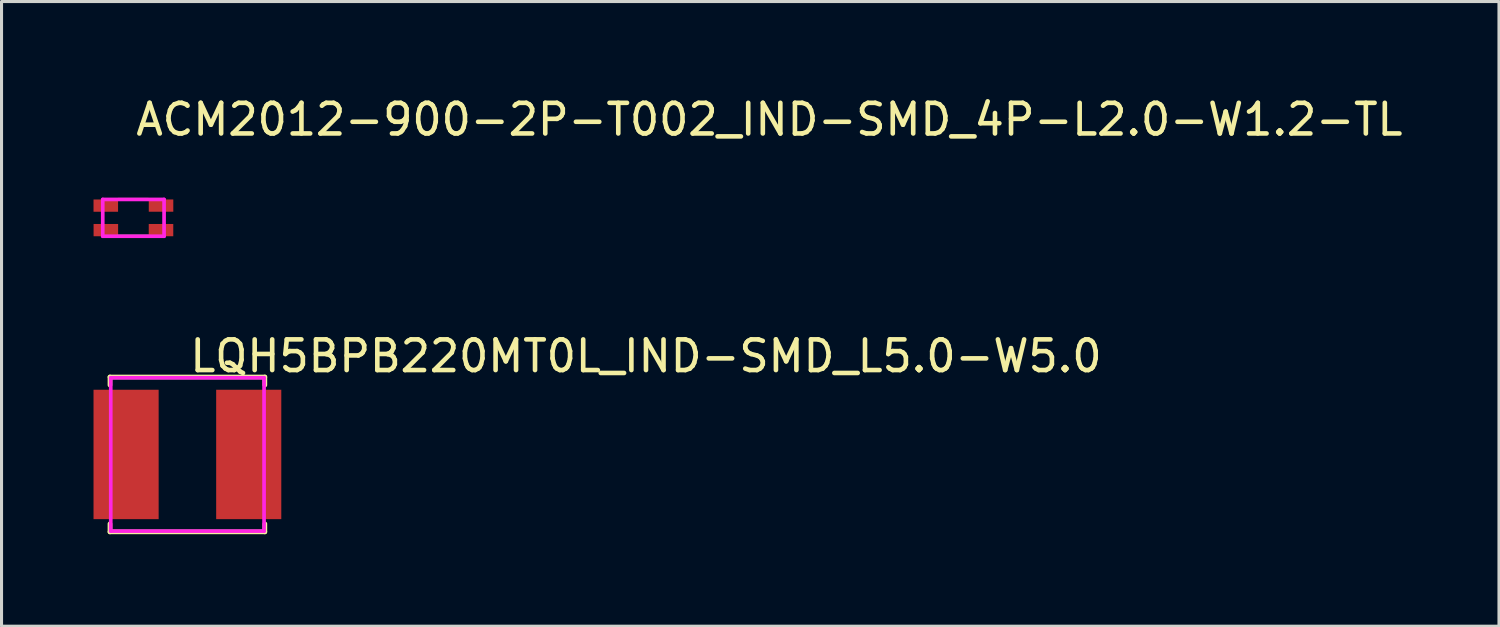
<source format=kicad_pcb>
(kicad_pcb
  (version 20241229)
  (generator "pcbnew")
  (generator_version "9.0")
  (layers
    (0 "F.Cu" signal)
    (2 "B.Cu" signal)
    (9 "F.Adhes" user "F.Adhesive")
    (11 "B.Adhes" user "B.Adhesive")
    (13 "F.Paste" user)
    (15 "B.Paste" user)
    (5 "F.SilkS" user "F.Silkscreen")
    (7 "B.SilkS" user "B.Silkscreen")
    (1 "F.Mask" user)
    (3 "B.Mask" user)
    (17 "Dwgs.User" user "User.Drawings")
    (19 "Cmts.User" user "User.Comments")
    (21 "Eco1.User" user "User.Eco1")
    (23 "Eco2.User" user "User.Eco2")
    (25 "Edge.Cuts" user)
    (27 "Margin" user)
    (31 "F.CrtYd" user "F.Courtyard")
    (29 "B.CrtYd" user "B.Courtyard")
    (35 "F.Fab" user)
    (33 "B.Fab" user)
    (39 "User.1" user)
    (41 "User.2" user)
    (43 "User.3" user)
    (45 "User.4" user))
  (footprint "ACM2012-900-2P-T002_IND-SMD_4P-L2.0-W1.2-TL"
    (layer "F.Cu")
    (at 1.301 4.055)
    (property "Reference" "ACM2012-900-2P-T002_IND-SMD_4P-L2.0-W1.2-TL" (at 0 -3.207 0) (layer "F.SilkS") (effects (font (size 1 1) (thickness 0.15)) (justify left)))
    (attr through_hole)
    (fp_line (start -0.501 -0.599) (end 0.499 -0.599) (stroke (width 0.1) (type solid)) (layer "F.SilkS"))
    (fp_line (start -0.501 0.601) (end 0.499 0.601) (stroke (width 0.1) (type solid)) (layer "F.SilkS"))
    (fp_circle (center -1 -0.6) (end -0.99 -0.6) (stroke (width 0.02) (type solid)) (fill no) (layer "Eco2.User"))
    (fp_poly (pts (xy -0.6 -0.55) (xy -0.6 -0.25) (xy -1 -0.25) (xy -1 -0.55)) (stroke (width 0.12) (type solid)) (fill no) (layer "Eco2.User"))
    (fp_poly (pts (xy -0.6 0.251) (xy -0.6 0.551) (xy -1 0.551) (xy -1 0.251)) (stroke (width 0.12) (type solid)) (fill no) (layer "Eco2.User"))
    (fp_poly (pts (xy 0.6 -0.249) (xy 0.6 -0.549) (xy 1 -0.549) (xy 1 -0.249)) (stroke (width 0.12) (type solid)) (fill no) (layer "Eco2.User"))
    (fp_poly (pts (xy 0.6 0.553) (xy 0.6 0.253) (xy 1 0.253) (xy 1 0.553)) (stroke (width 0.12) (type solid)) (fill no) (layer "Eco2.User"))
    (fp_line (start -1 -0.6) (end 1 -0.6) (stroke (width 0.12) (type solid)) (layer "F.CrtYd"))
    (fp_line (start -1 0.6) (end -1 -0.6) (stroke (width 0.12) (type solid)) (layer "F.CrtYd"))
    (fp_line (start 1 -0.6) (end 1 0.6) (stroke (width 0.12) (type solid)) (layer "F.CrtYd"))
    (fp_line (start 1 0.6) (end -1 0.6) (stroke (width 0.12) (type solid)) (layer "F.CrtYd"))
    (pad "1" smd rect (at -0.901 -0.399 90) (size 0.4 0.8) (layers "F.Cu" "F.Mask" "F.Paste"))
    (pad "2" smd rect (at -0.899 0.4 90) (size 0.4 0.8) (layers "F.Cu" "F.Mask" "F.Paste"))
    (pad "3" smd rect (at 0.9 0.4 90) (size 0.4 0.8) (layers "F.Cu" "F.Mask" "F.Paste"))
    (pad "4" smd rect (at 0.901 -0.4 90) (size 0.4 0.8) (layers "F.Cu" "F.Mask" "F.Paste")))
  (footprint "LQH5BPB220MT0L_IND-SMD_L5.0-W5.0"
    (layer "F.Cu")
    (at 3.062 11.771)
    (property "Reference" "LQH5BPB220MT0L_IND-SMD_L5.0-W5.0" (at 0 -3.207 0) (layer "F.SilkS") (effects (font (size 1 1) (thickness 0.15)) (justify left)))
    (attr through_hole)
    (fp_line (start -2.526 -2.526) (end 2.526 -2.526) (stroke (width 0.152) (type solid)) (layer "F.SilkS"))
    (fp_line (start -2.526 -2.262) (end -2.526 -2.526) (stroke (width 0.152) (type solid)) (layer "F.SilkS"))
    (fp_line (start -2.526 2.262) (end -2.526 2.526) (stroke (width 0.152) (type solid)) (layer "F.SilkS"))
    (fp_line (start -2.526 2.526) (end 2.526 2.526) (stroke (width 0.152) (type solid)) (layer "F.SilkS"))
    (fp_line (start 2.526 -2.526) (end 2.526 -2.262) (stroke (width 0.152) (type solid)) (layer "F.SilkS"))
    (fp_line (start 2.526 2.526) (end 2.526 2.262) (stroke (width 0.152) (type solid)) (layer "F.SilkS"))
    (fp_circle (center 2.5 -2.5) (end 2.53 -2.5) (stroke (width 0.06) (type solid)) (fill no) (layer "Eco2.User"))
    (fp_poly (pts (xy -2.5 1.9) (xy -2.5 -1.9) (xy -1.3 -1.9) (xy -1.3 1.9)) (stroke (width 0.12) (type solid)) (fill no) (layer "Eco2.User"))
    (fp_poly (pts (xy 2.5 1.9) (xy 2.5 -1.9) (xy 1.3 -1.9) (xy 1.3 1.9)) (stroke (width 0.12) (type solid)) (fill no) (layer "Eco2.User"))
    (fp_line (start -2.5 -2.5) (end 2.5 -2.5) (stroke (width 0.12) (type solid)) (layer "F.CrtYd"))
    (fp_line (start -2.5 2.5) (end -2.5 -2.5) (stroke (width 0.12) (type solid)) (layer "F.CrtYd"))
    (fp_line (start 2.5 -2.5) (end 2.5 2.5) (stroke (width 0.12) (type solid)) (layer "F.CrtYd"))
    (fp_line (start 2.5 2.5) (end -2.5 2.5) (stroke (width 0.12) (type solid)) (layer "F.CrtYd"))
    (pad "1" smd rect (at 2 0) (size 2.124 4.22) (layers "F.Cu" "F.Mask" "F.Paste"))
    (pad "2" smd rect (at -2 0) (size 2.124 4.22) (layers "F.Cu" "F.Mask" "F.Paste")))
  (gr_rect
    (start -3 -3)
    (end 45.837 17.372)
    (stroke (width 0.1) (type default))
    (fill no)
    (layer "Edge.Cuts")))
</source>
